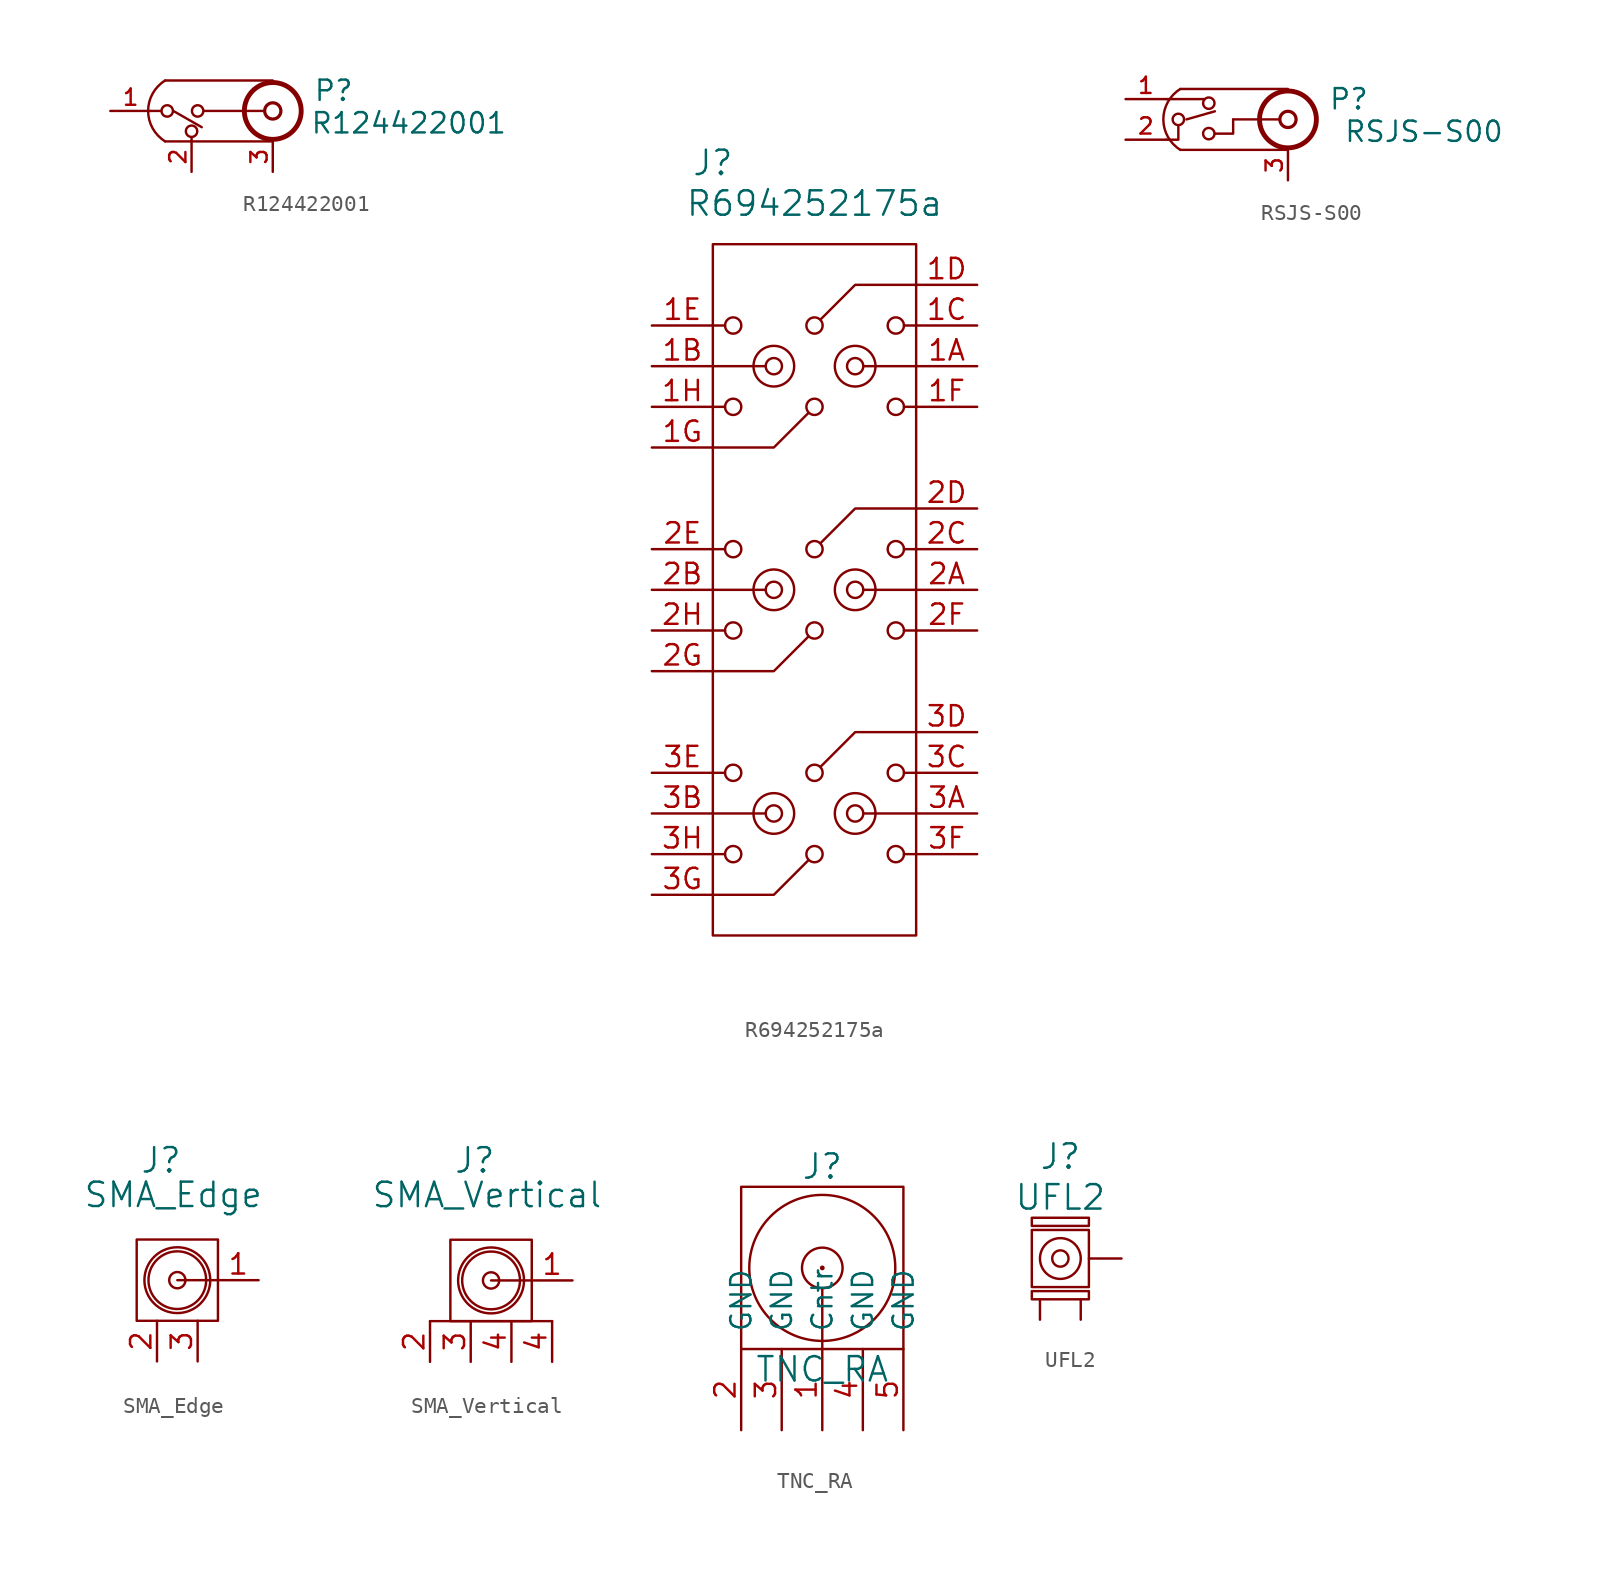
<source format=kicad_sym>
(kicad_symbol_lib
  (version 20231120)
  (generator "kicad_symbol_editor")
  (generator_version "8.0")
  (symbol "R124422001"
    (pin_names
      (offset 1.016) hide)
    (property "Reference" "P"
      (at 3.81 1.27 0)
      (effects (font (size 1.27 1.27))))
    (property "Value" "R124422001"
      (at 8.509 -0.762 0)
      (effects (font (size 1.27 1.27))))
    (property "Footprint" ""
      (at 0 0 0)
      (effects (font (size 1.524 1.524))))
    (property "Datasheet" ""
      (at 0 0 0)
      (effects (font (size 1.524 1.524))))
    (symbol "R124422001_0_1"
      (arc (start -6.731 1.905) (mid -7.7974 0) (end -6.731 -1.905) (stroke (width 0) (type default)) (fill (type none)))
      (circle (center -6.604 0) (radius 0.356) (stroke (width 0) (type default)) (fill (type none)))
      (circle (center -5.08 -1.27) (radius 0.356) (stroke (width 0) (type default)) (fill (type none)))
      (circle (center -4.699 0) (radius 0.356) (stroke (width 0) (type default)) (fill (type none)))
      (polyline (pts (xy -6.985 0) (xy -7.62 0)) (stroke (width 0) (type default)) (fill (type none)))
      (polyline (pts (xy -6.731 -1.905) (xy 0 -1.905)) (stroke (width 0) (type default)) (fill (type none)))
      (polyline (pts (xy -6.731 1.905) (xy 0 1.905)) (stroke (width 0) (type default)) (fill (type none)))
      (polyline (pts (xy -6.223 0) (xy -4.445 -1.016)) (stroke (width 0) (type default)) (fill (type none)))
      (polyline (pts (xy -5.08 -1.651) (xy -5.08 -1.905)) (stroke (width 0) (type default)) (fill (type none)))
      (polyline (pts (xy -4.318 0) (xy -0.508 0)) (stroke (width 0) (type default)) (fill (type none)))
      (circle (center 0 0) (radius 0.508) (stroke (width 0.203) (type default)) (fill (type none)))
      (circle (center 0 0) (radius 1.778) (stroke (width 0.305) (type default)) (fill (type none))))
    (symbol "R124422001_1_1"
      (pin passive line (at -10.16 0 0) (length 2.54) (name "S1" (effects (font (size 1.016 1.016)))) (number "1" (effects (font (size 1.016 1.016)))))
      (pin passive line (at -5.08 -3.81 90) (length 1.905) (name "S2" (effects (font (size 1.016 1.016)))) (number "2" (effects (font (size 1.016 1.016)))))
      (pin input line (at 0 -3.81 90) (length 1.905) (name "GND" (effects (font (size 1.016 1.016)))) (number "3" (effects (font (size 1.016 1.016)))))))
  (symbol "R694252175a"
    (pin_names
      (offset 1.016) hide)
    (property "Reference" "J"
      (at -6.35 26.67 0)
      (effects (font (size 1.524 1.524))))
    (property "Value" "R694252175a"
      (at 0 24.13 0)
      (effects (font (size 1.524 1.524))))
    (property "Footprint" ""
      (at 0 8.89 0)
      (effects (font (size 1.524 1.524))))
    (property "Datasheet" ""
      (at 0 8.89 0)
      (effects (font (size 1.524 1.524))))
    (symbol "R694252175a_0_1"
      (rectangle (start -6.35 21.59) (end 6.35 -21.59) (stroke (width 0) (type default)) (fill (type none)))
      (circle (center -5.08 -16.51) (radius 0.508) (stroke (width 0) (type default)) (fill (type none)))
      (circle (center -5.08 -11.43) (radius 0.508) (stroke (width 0) (type default)) (fill (type none)))
      (circle (center -5.08 -2.54) (radius 0.508) (stroke (width 0) (type default)) (fill (type none)))
      (circle (center -5.08 2.54) (radius 0.508) (stroke (width 0) (type default)) (fill (type none)))
      (circle (center -5.08 11.43) (radius 0.508) (stroke (width 0) (type default)) (fill (type none)))
      (circle (center -5.08 16.51) (radius 0.508) (stroke (width 0) (type default)) (fill (type none)))
      (circle (center -2.54 -13.97) (radius 0.508) (stroke (width 0) (type default)) (fill (type none)))
      (circle (center -2.54 -13.97) (radius 1.27) (stroke (width 0) (type default)) (fill (type none)))
      (circle (center -2.54 0) (radius 0.508) (stroke (width 0) (type default)) (fill (type none)))
      (circle (center -2.54 0) (radius 1.27) (stroke (width 0) (type default)) (fill (type none)))
      (circle (center -2.54 13.97) (radius 0.508) (stroke (width 0) (type default)) (fill (type none)))
      (circle (center -2.54 13.97) (radius 1.27) (stroke (width 0) (type default)) (fill (type none)))
      (circle (center 0 -16.51) (radius 0.508) (stroke (width 0) (type default)) (fill (type none)))
      (circle (center 0 -11.43) (radius 0.508) (stroke (width 0) (type default)) (fill (type none)))
      (circle (center 0 -2.54) (radius 0.508) (stroke (width 0) (type default)) (fill (type none)))
      (polyline (pts (xy -5.588 -16.51) (xy -6.35 -16.51)) (stroke (width 0) (type default)) (fill (type none)))
      (polyline (pts (xy -5.588 -11.43) (xy -6.35 -11.43)) (stroke (width 0) (type default)) (fill (type none)))
      (polyline (pts (xy -5.588 -2.54) (xy -6.35 -2.54)) (stroke (width 0) (type default)) (fill (type none)))
      (polyline (pts (xy -5.588 2.54) (xy -6.35 2.54)) (stroke (width 0) (type default)) (fill (type none)))
      (polyline (pts (xy -5.588 11.43) (xy -6.35 11.43)) (stroke (width 0) (type default)) (fill (type none)))
      (polyline (pts (xy -5.588 16.51) (xy -6.35 16.51)) (stroke (width 0) (type default)) (fill (type none)))
      (polyline (pts (xy -3.81 -13.97) (xy -6.35 -13.97)) (stroke (width 0) (type default)) (fill (type none)))
      (polyline (pts (xy -3.81 -13.97) (xy -3.048 -13.97)) (stroke (width 0) (type default)) (fill (type none)))
      (polyline (pts (xy -3.81 0) (xy -6.35 0)) (stroke (width 0) (type default)) (fill (type none)))
      (polyline (pts (xy -3.81 0) (xy -3.048 0)) (stroke (width 0) (type default)) (fill (type none)))
      (polyline (pts (xy -3.81 13.97) (xy -6.35 13.97)) (stroke (width 0) (type default)) (fill (type none)))
      (polyline (pts (xy -3.81 13.97) (xy -3.048 13.97)) (stroke (width 0) (type default)) (fill (type none)))
      (polyline (pts (xy 3.81 -13.97) (xy 3.048 -13.97)) (stroke (width 0) (type default)) (fill (type none)))
      (polyline (pts (xy 3.81 -13.97) (xy 6.35 -13.97)) (stroke (width 0) (type default)) (fill (type none)))
      (polyline (pts (xy 3.81 0) (xy 3.048 0)) (stroke (width 0) (type default)) (fill (type none)))
      (polyline (pts (xy 3.81 0) (xy 6.35 0)) (stroke (width 0) (type default)) (fill (type none)))
      (polyline (pts (xy 3.81 13.97) (xy 3.048 13.97)) (stroke (width 0) (type default)) (fill (type none)))
      (polyline (pts (xy 3.81 13.97) (xy 6.35 13.97)) (stroke (width 0) (type default)) (fill (type none)))
      (polyline (pts (xy 5.588 -16.51) (xy 6.35 -16.51)) (stroke (width 0) (type default)) (fill (type none)))
      (polyline (pts (xy 5.588 -11.43) (xy 6.35 -11.43)) (stroke (width 0) (type default)) (fill (type none)))
      (polyline (pts (xy 5.588 -2.54) (xy 6.35 -2.54)) (stroke (width 0) (type default)) (fill (type none)))
      (polyline (pts (xy 5.588 2.54) (xy 6.35 2.54)) (stroke (width 0) (type default)) (fill (type none)))
      (polyline (pts (xy 5.588 11.43) (xy 6.35 11.43)) (stroke (width 0) (type default)) (fill (type none)))
      (polyline (pts (xy 5.588 16.51) (xy 6.35 16.51)) (stroke (width 0) (type default)) (fill (type none)))
      (polyline (pts (xy -0.381 -16.891) (xy -2.54 -19.05) (xy -6.35 -19.05)) (stroke (width 0) (type default)) (fill (type none)))
      (polyline (pts (xy -0.381 -2.921) (xy -2.54 -5.08) (xy -6.35 -5.08)) (stroke (width 0) (type default)) (fill (type none)))
      (polyline (pts (xy -0.381 11.049) (xy -2.54 8.89) (xy -6.35 8.89)) (stroke (width 0) (type default)) (fill (type none)))
      (polyline (pts (xy 0.381 -11.049) (xy 2.54 -8.89) (xy 6.35 -8.89)) (stroke (width 0) (type default)) (fill (type none)))
      (polyline (pts (xy 0.381 2.921) (xy 2.54 5.08) (xy 6.35 5.08)) (stroke (width 0) (type default)) (fill (type none)))
      (polyline (pts (xy 0.381 16.891) (xy 2.54 19.05) (xy 6.35 19.05)) (stroke (width 0) (type default)) (fill (type none)))
      (circle (center 0 2.54) (radius 0.508) (stroke (width 0) (type default)) (fill (type none)))
      (circle (center 0 11.43) (radius 0.508) (stroke (width 0) (type default)) (fill (type none)))
      (circle (center 0 16.51) (radius 0.508) (stroke (width 0) (type default)) (fill (type none)))
      (circle (center 2.54 -13.97) (radius 0.508) (stroke (width 0) (type default)) (fill (type none)))
      (circle (center 2.54 -13.97) (radius 1.27) (stroke (width 0) (type default)) (fill (type none)))
      (circle (center 2.54 0) (radius 0.508) (stroke (width 0) (type default)) (fill (type none)))
      (circle (center 2.54 0) (radius 1.27) (stroke (width 0) (type default)) (fill (type none)))
      (circle (center 2.54 13.97) (radius 0.508) (stroke (width 0) (type default)) (fill (type none)))
      (circle (center 2.54 13.97) (radius 1.27) (stroke (width 0) (type default)) (fill (type none)))
      (circle (center 5.08 -16.51) (radius 0.508) (stroke (width 0) (type default)) (fill (type none)))
      (circle (center 5.08 -11.43) (radius 0.508) (stroke (width 0) (type default)) (fill (type none)))
      (circle (center 5.08 -2.54) (radius 0.508) (stroke (width 0) (type default)) (fill (type none)))
      (circle (center 5.08 2.54) (radius 0.508) (stroke (width 0) (type default)) (fill (type none)))
      (circle (center 5.08 11.43) (radius 0.508) (stroke (width 0) (type default)) (fill (type none)))
      (circle (center 5.08 16.51) (radius 0.508) (stroke (width 0) (type default)) (fill (type none))))
    (symbol "R694252175a_1_1"
      (pin input line (at 10.16 13.97 180) (length 3.81) (name "GND" (effects (font (size 1.27 1.27)))) (number "1A" (effects (font (size 1.27 1.27)))))
      (pin input line (at -10.16 13.97 0) (length 3.81) (name "GND" (effects (font (size 1.27 1.27)))) (number "1B" (effects (font (size 1.27 1.27)))))
      (pin input line (at 10.16 16.51 180) (length 3.81) (name "GND" (effects (font (size 1.27 1.27)))) (number "1C" (effects (font (size 1.27 1.27)))))
      (pin input line (at 10.16 19.05 180) (length 3.81) (name "GND" (effects (font (size 1.27 1.27)))) (number "1D" (effects (font (size 1.27 1.27)))))
      (pin input line (at -10.16 16.51 0) (length 3.81) (name "GND" (effects (font (size 1.27 1.27)))) (number "1E" (effects (font (size 1.27 1.27)))))
      (pin input line (at 10.16 11.43 180) (length 3.81) (name "GND" (effects (font (size 1.27 1.27)))) (number "1F" (effects (font (size 1.27 1.27)))))
      (pin input line (at -10.16 8.89 0) (length 3.81) (name "GND" (effects (font (size 1.27 1.27)))) (number "1G" (effects (font (size 1.27 1.27)))))
      (pin input line (at -10.16 11.43 0) (length 3.81) (name "GND" (effects (font (size 1.27 1.27)))) (number "1H" (effects (font (size 1.27 1.27)))))
      (pin input line (at 10.16 0 180) (length 3.81) (name "GND" (effects (font (size 1.27 1.27)))) (number "2A" (effects (font (size 1.27 1.27)))))
      (pin input line (at -10.16 0 0) (length 3.81) (name "GND" (effects (font (size 1.27 1.27)))) (number "2B" (effects (font (size 1.27 1.27)))))
      (pin input line (at 10.16 2.54 180) (length 3.81) (name "GND" (effects (font (size 1.27 1.27)))) (number "2C" (effects (font (size 1.27 1.27)))))
      (pin input line (at 10.16 5.08 180) (length 3.81) (name "GND" (effects (font (size 1.27 1.27)))) (number "2D" (effects (font (size 1.27 1.27)))))
      (pin input line (at -10.16 2.54 0) (length 3.81) (name "GND" (effects (font (size 1.27 1.27)))) (number "2E" (effects (font (size 1.27 1.27)))))
      (pin input line (at 10.16 -2.54 180) (length 3.81) (name "GND" (effects (font (size 1.27 1.27)))) (number "2F" (effects (font (size 1.27 1.27)))))
      (pin input line (at -10.16 -5.08 0) (length 3.81) (name "GND" (effects (font (size 1.27 1.27)))) (number "2G" (effects (font (size 1.27 1.27)))))
      (pin input line (at -10.16 -2.54 0) (length 3.81) (name "GND" (effects (font (size 1.27 1.27)))) (number "2H" (effects (font (size 1.27 1.27)))))
      (pin input line (at 10.16 -13.97 180) (length 3.81) (name "GND" (effects (font (size 1.27 1.27)))) (number "3A" (effects (font (size 1.27 1.27)))))
      (pin input line (at -10.16 -13.97 0) (length 3.81) (name "GND" (effects (font (size 1.27 1.27)))) (number "3B" (effects (font (size 1.27 1.27)))))
      (pin input line (at 10.16 -11.43 180) (length 3.81) (name "GND" (effects (font (size 1.27 1.27)))) (number "3C" (effects (font (size 1.27 1.27)))))
      (pin input line (at 10.16 -8.89 180) (length 3.81) (name "GND" (effects (font (size 1.27 1.27)))) (number "3D" (effects (font (size 1.27 1.27)))))
      (pin input line (at -10.16 -11.43 0) (length 3.81) (name "GND" (effects (font (size 1.27 1.27)))) (number "3E" (effects (font (size 1.27 1.27)))))
      (pin input line (at 10.16 -16.51 180) (length 3.81) (name "GND" (effects (font (size 1.27 1.27)))) (number "3F" (effects (font (size 1.27 1.27)))))
      (pin input line (at -10.16 -19.05 0) (length 3.81) (name "GND" (effects (font (size 1.27 1.27)))) (number "3G" (effects (font (size 1.27 1.27)))))
      (pin input line (at -10.16 -16.51 0) (length 3.81) (name "GND" (effects (font (size 1.27 1.27)))) (number "3H" (effects (font (size 1.27 1.27)))))))
  (symbol "RSJS-S00"
    (pin_names
      (offset 1.016) hide)
    (property "Reference" "P"
      (at 3.81 1.27 0)
      (effects (font (size 1.27 1.27))))
    (property "Value" "RSJS-S00"
      (at 8.509 -0.762 0)
      (effects (font (size 1.27 1.27))))
    (property "Footprint" ""
      (at 0 0 0)
      (effects (font (size 1.524 1.524))))
    (property "Datasheet" ""
      (at 0 0 0)
      (effects (font (size 1.524 1.524))))
    (symbol "RSJS-S00_0_1"
      (circle (center -6.858 0) (radius 0.356) (stroke (width 0) (type default)) (fill (type none)))
      (arc (start -6.731 1.905) (mid -7.7974 0) (end -6.731 -1.905) (stroke (width 0) (type default)) (fill (type none)))
      (circle (center -4.953 -0.889) (radius 0.356) (stroke (width 0) (type default)) (fill (type none)))
      (circle (center -4.953 1.016) (radius 0.356) (stroke (width 0) (type default)) (fill (type none)))
      (polyline (pts (xy -7.62 1.27) (xy -5.207 1.27)) (stroke (width 0) (type default)) (fill (type none)))
      (polyline (pts (xy -6.731 -1.905) (xy 0 -1.905)) (stroke (width 0) (type default)) (fill (type none)))
      (polyline (pts (xy -6.731 1.905) (xy 0 1.905)) (stroke (width 0) (type default)) (fill (type none)))
      (polyline (pts (xy -6.35 0) (xy -4.572 0.508)) (stroke (width 0) (type default)) (fill (type none)))
      (polyline (pts (xy -3.429 0) (xy -0.508 0)) (stroke (width 0) (type default)) (fill (type none)))
      (polyline (pts (xy -7.62 -1.27) (xy -6.858 -1.27) (xy -6.858 -0.381)) (stroke (width 0) (type default)) (fill (type none)))
      (polyline (pts (xy -4.572 -0.889) (xy -3.429 -0.889) (xy -3.429 0)) (stroke (width 0) (type default)) (fill (type none)))
      (circle (center 0 0) (radius 0.508) (stroke (width 0.203) (type default)) (fill (type none)))
      (circle (center 0 0) (radius 1.778) (stroke (width 0.305) (type default)) (fill (type none))))
    (symbol "RSJS-S00_1_1"
      (pin passive line (at -10.16 1.27 0) (length 2.54) (name "S1" (effects (font (size 1.016 1.016)))) (number "1" (effects (font (size 1.016 1.016)))))
      (pin passive line (at -10.16 -1.27 0) (length 2.54) (name "S2" (effects (font (size 1.016 1.016)))) (number "2" (effects (font (size 1.016 1.016)))))
      (pin input line (at 0 -3.81 90) (length 1.905) (name "GND" (effects (font (size 1.016 1.016)))) (number "3" (effects (font (size 1.016 1.016)))))))
  (symbol "SMA_Edge"
    (pin_names
      (offset 1.016) hide)
    (property "Reference" "J"
      (at -1.016 7.493 0)
      (effects (font (size 1.524 1.524))))
    (property "Value" "SMA_Edge"
      (at -0.254 5.334 0)
      (effects (font (size 1.524 1.524))))
    (symbol "SMA_Edge_0_1"
      (rectangle (start -2.54 2.54) (end 2.54 -2.54) (stroke (width 0) (type default)) (fill (type none)))
      (polyline (pts (xy 0 0) (xy 2.54 0)) (stroke (width 0) (type default)) (fill (type none)))
      (circle (center 0 0) (radius 0.508) (stroke (width 0) (type default)) (fill (type none)))
      (circle (center 0 0) (radius 1.803) (stroke (width 0) (type default)) (fill (type none)))
      (circle (center 0 0) (radius 2.057) (stroke (width 0) (type default)) (fill (type none))))
    (symbol "SMA_Edge_1_1"
      (pin passive line (at 5.08 0 180) (length 2.54) (name "RF" (effects (font (size 1.27 1.27)))) (number "1" (effects (font (size 1.27 1.27)))))
      (pin passive line (at -1.27 -5.08 90) (length 2.54) (name "GND" (effects (font (size 1.27 1.27)))) (number "2" (effects (font (size 1.27 1.27)))))
      (pin passive line (at 1.27 -5.08 90) (length 2.54) (name "GND" (effects (font (size 1.27 1.27)))) (number "3" (effects (font (size 1.27 1.27)))))))
  (symbol "SMA_Vertical"
    (pin_names
      (offset 1.016) hide)
    (property "Reference" "J"
      (at -1.016 7.493 0)
      (effects (font (size 1.524 1.524))))
    (property "Value" "SMA_Vertical"
      (at -0.254 5.334 0)
      (effects (font (size 1.524 1.524))))
    (symbol "SMA_Vertical_0_1"
      (rectangle (start -2.54 2.54) (end 2.54 -2.54) (stroke (width 0) (type default)) (fill (type none)))
      (polyline (pts (xy 0 0) (xy 2.54 0)) (stroke (width 0) (type default)) (fill (type none)))
      (polyline (pts (xy -3.81 -2.54) (xy -2.54 -2.54) (xy 3.81 -2.54)) (stroke (width 0) (type default)) (fill (type none)))
      (circle (center 0 0) (radius 0.508) (stroke (width 0) (type default)) (fill (type none)))
      (circle (center 0 0) (radius 1.803) (stroke (width 0) (type default)) (fill (type none)))
      (circle (center 0 0) (radius 2.057) (stroke (width 0) (type default)) (fill (type none))))
    (symbol "SMA_Vertical_1_1"
      (pin passive line (at 5.08 0 180) (length 2.54) (name "RF" (effects (font (size 1.27 1.27)))) (number "1" (effects (font (size 1.27 1.27)))))
      (pin passive line (at -3.81 -5.08 90) (length 2.54) (name "GND" (effects (font (size 1.27 1.27)))) (number "2" (effects (font (size 1.27 1.27)))))
      (pin passive line (at -1.27 -5.08 90) (length 2.54) (name "GND" (effects (font (size 1.27 1.27)))) (number "3" (effects (font (size 1.27 1.27)))))
      (pin passive line (at 1.27 -5.08 90) (length 2.54) (name "GND" (effects (font (size 1.27 1.27)))) (number "4" (effects (font (size 1.27 1.27)))))
      (pin passive line (at 3.81 -5.08 90) (length 2.54) (name "GND" (effects (font (size 1.27 1.27)))) (number "4" (effects (font (size 1.27 1.27)))))))
  (symbol "TNC_RA"
    (pin_names
      (offset 1.016))
    (property "Reference" "J"
      (at 0 6.35 0)
      (effects (font (size 1.524 1.524))))
    (property "Value" "TNC_RA"
      (at 0 -6.35 0)
      (effects (font (size 1.524 1.524))))
    (symbol "TNC_RA_0_1"
      (rectangle (start -5.08 5.08) (end 5.08 -5.08) (stroke (width 0) (type default)) (fill (type none)))
      (circle (center 0 0) (radius 0.0001) (stroke (width 0) (type default)) (fill (type none)))
      (polyline (pts (xy 0 -1.27) (xy 0 -5.08)) (stroke (width 0) (type default)) (fill (type none)))
      (circle (center 0 0) (radius 1.27) (stroke (width 0) (type default)) (fill (type none)))
      (circle (center 0 0) (radius 4.572) (stroke (width 0) (type default)) (fill (type none))))
    (symbol "TNC_RA_1_1"
      (pin bidirectional line (at 0 -10.16 90) (length 5.08) (name "Cntr" (effects (font (size 1.27 1.27)))) (number "1" (effects (font (size 1.27 1.27)))))
      (pin passive line (at -5.08 -10.16 90) (length 5.08) (name "GND" (effects (font (size 1.27 1.27)))) (number "2" (effects (font (size 1.27 1.27)))))
      (pin passive line (at -2.54 -10.16 90) (length 5.08) (name "GND" (effects (font (size 1.27 1.27)))) (number "3" (effects (font (size 1.27 1.27)))))
      (pin passive line (at 2.54 -10.16 90) (length 5.08) (name "GND" (effects (font (size 1.27 1.27)))) (number "4" (effects (font (size 1.27 1.27)))))
      (pin passive line (at 5.08 -10.16 90) (length 5.08) (name "GND" (effects (font (size 1.27 1.27)))) (number "5" (effects (font (size 1.27 1.27)))))))
  (symbol "UFL2"
    (pin_numbers hide)
    (pin_names
      (offset 1.016) hide)
    (property "Reference" "J"
      (at 0 6.35 0)
      (effects (font (size 1.524 1.524))))
    (property "Value" "UFL2"
      (at 0 3.81 0)
      (effects (font (size 1.524 1.524))))
    (property "Datasheet" ""
      (at 0 0 0)
      (effects (font (size 1.524 1.524))))
    (symbol "UFL2_0_1"
      (rectangle (start -1.778 -2.032) (end 1.778 -2.54) (stroke (width 0) (type default)) (fill (type none)))
      (rectangle (start -1.778 1.778) (end 1.778 -1.778) (stroke (width 0) (type default)) (fill (type none)))
      (rectangle (start -1.778 2.032) (end 1.778 2.54) (stroke (width 0) (type default)) (fill (type none)))
      (circle (center 0 0) (radius 0.508) (stroke (width 0) (type default)) (fill (type none)))
      (circle (center 0 0) (radius 1.27) (stroke (width 0) (type default)) (fill (type none))))
    (symbol "UFL2_1_1"
      (pin passive line (at 3.81 0 180) (length 2.032) (name "RF" (effects (font (size 1.27 1.27)))) (number "1" (effects (font (size 1.27 1.27)))))
      (pin passive line (at -1.27 -3.81 90) (length 1.27) (name "GND" (effects (font (size 1.27 1.27)))) (number "2" (effects (font (size 1.27 1.27)))))
      (pin passive line (at 1.27 -3.81 90) (length 1.27) (name "GND" (effects (font (size 1.27 1.27)))) (number "3" (effects (font (size 1.27 1.27))))))))
</source>
